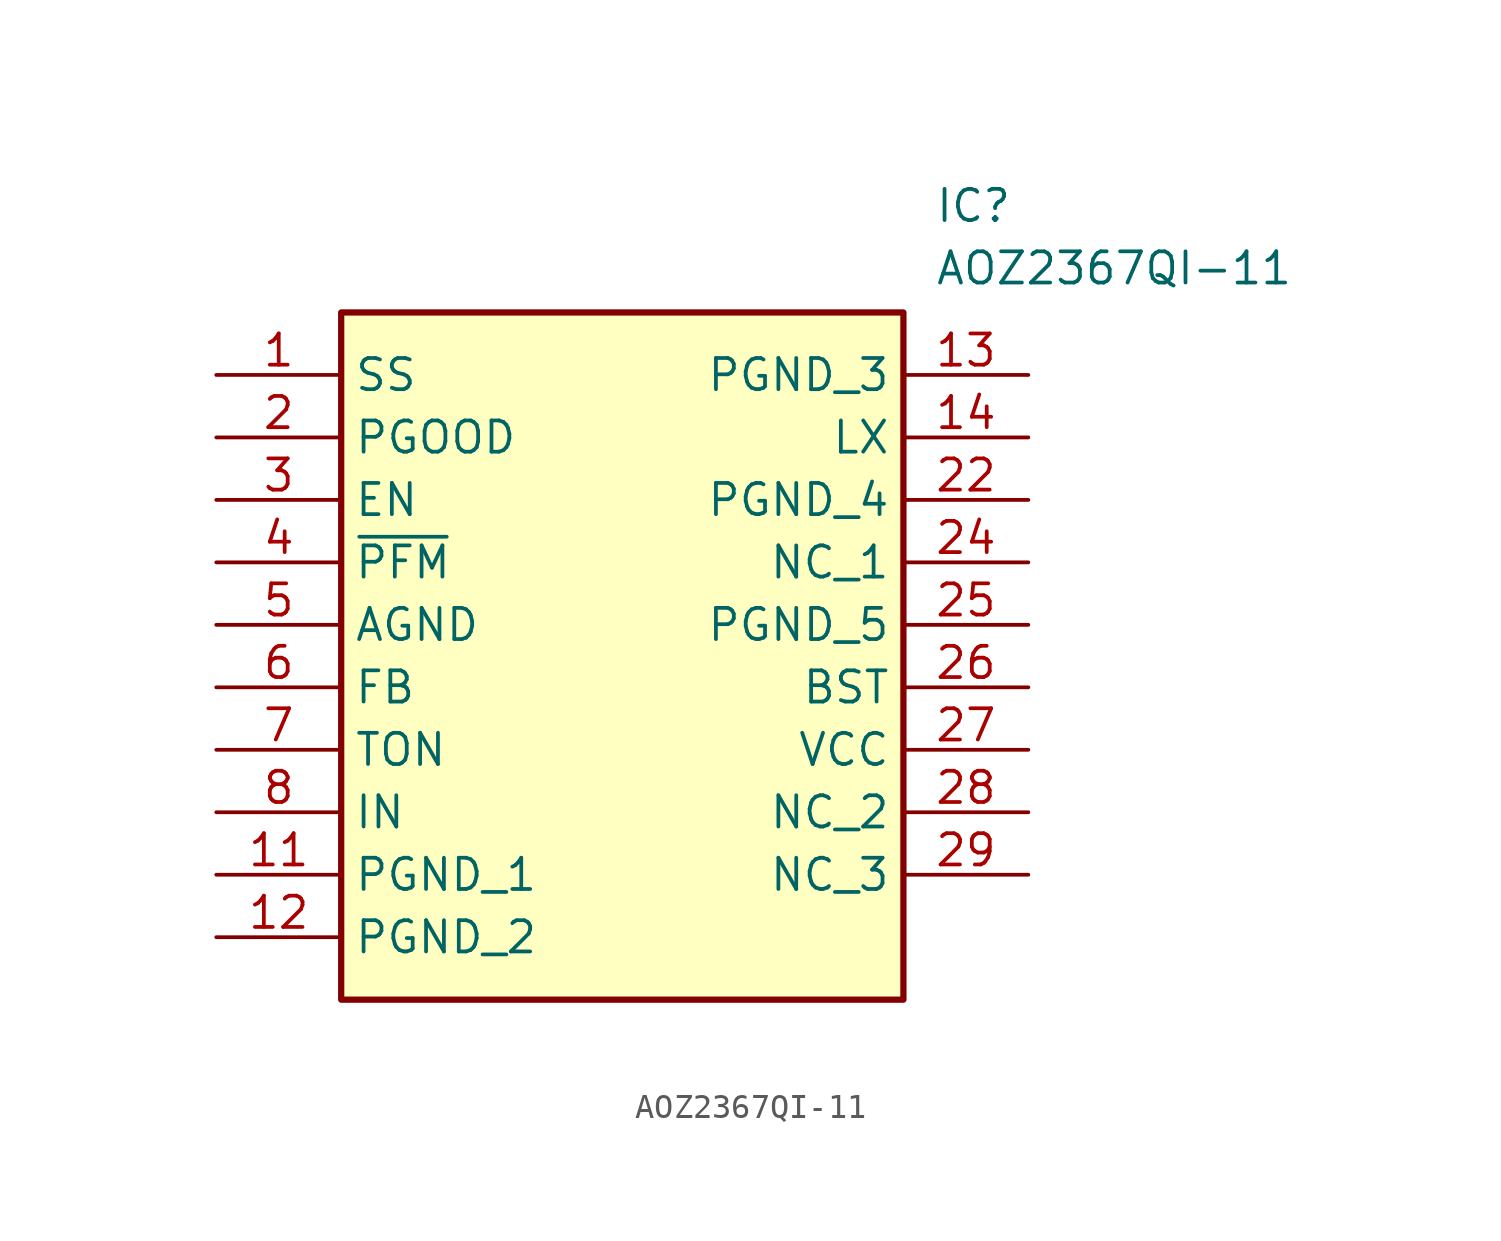
<source format=kicad_sym>
(kicad_symbol_lib
  (version 20231120)
  (generator "kicad_symbol_editor")
  (generator_version "8.0")
  (symbol "AOZ2367QI-11"
    (property "Reference" "IC"
      (at 29.21 7.62 0)
      (effects (font (size 1.27 1.27)) (justify left top)))
    (property "Value" "AOZ2367QI-11"
      (at 29.21 5.08 0)
      (effects (font (size 1.27 1.27)) (justify left top)))
    (symbol "AOZ2367QI-11_1_1"
      (rectangle (start 5.08 2.54) (end 27.94 -25.4) (stroke (width 0.254) (type default)) (fill (type background)))
      (pin passive line (at 0 0 0) (length 5.08) (name "SS" (effects (font (size 1.27 1.27)))) (number "1" (effects (font (size 1.27 1.27)))))
      (pin passive line (at 0 -20.32 0) (length 5.08) (name "PGND_1" (effects (font (size 1.27 1.27)))) (number "11" (effects (font (size 1.27 1.27)))))
      (pin passive line (at 0 -22.86 0) (length 5.08) (name "PGND_2" (effects (font (size 1.27 1.27)))) (number "12" (effects (font (size 1.27 1.27)))))
      (pin passive line (at 33.02 0 180) (length 5.08) (name "PGND_3" (effects (font (size 1.27 1.27)))) (number "13" (effects (font (size 1.27 1.27)))))
      (pin passive line (at 33.02 -2.54 180) (length 5.08) (name "LX" (effects (font (size 1.27 1.27)))) (number "14" (effects (font (size 1.27 1.27)))))
      (pin passive line (at 0 -2.54 0) (length 5.08) (name "PGOOD" (effects (font (size 1.27 1.27)))) (number "2" (effects (font (size 1.27 1.27)))))
      (pin passive line (at 33.02 -5.08 180) (length 5.08) (name "PGND_4" (effects (font (size 1.27 1.27)))) (number "22" (effects (font (size 1.27 1.27)))))
      (pin passive line (at 33.02 -7.62 180) (length 5.08) (name "NC_1" (effects (font (size 1.27 1.27)))) (number "24" (effects (font (size 1.27 1.27)))))
      (pin passive line (at 33.02 -10.16 180) (length 5.08) (name "PGND_5" (effects (font (size 1.27 1.27)))) (number "25" (effects (font (size 1.27 1.27)))))
      (pin passive line (at 33.02 -12.7 180) (length 5.08) (name "BST" (effects (font (size 1.27 1.27)))) (number "26" (effects (font (size 1.27 1.27)))))
      (pin passive line (at 33.02 -15.24 180) (length 5.08) (name "VCC" (effects (font (size 1.27 1.27)))) (number "27" (effects (font (size 1.27 1.27)))))
      (pin passive line (at 33.02 -17.78 180) (length 5.08) (name "NC_2" (effects (font (size 1.27 1.27)))) (number "28" (effects (font (size 1.27 1.27)))))
      (pin passive line (at 33.02 -20.32 180) (length 5.08) (name "NC_3" (effects (font (size 1.27 1.27)))) (number "29" (effects (font (size 1.27 1.27)))))
      (pin passive line (at 0 -5.08 0) (length 5.08) (name "EN" (effects (font (size 1.27 1.27)))) (number "3" (effects (font (size 1.27 1.27)))))
      (pin passive line (at 0 -7.62 0) (length 5.08) (name "~{PFM}" (effects (font (size 1.27 1.27)))) (number "4" (effects (font (size 1.27 1.27)))))
      (pin passive line (at 0 -10.16 0) (length 5.08) (name "AGND" (effects (font (size 1.27 1.27)))) (number "5" (effects (font (size 1.27 1.27)))))
      (pin passive line (at 0 -12.7 0) (length 5.08) (name "FB" (effects (font (size 1.27 1.27)))) (number "6" (effects (font (size 1.27 1.27)))))
      (pin passive line (at 0 -15.24 0) (length 5.08) (name "TON" (effects (font (size 1.27 1.27)))) (number "7" (effects (font (size 1.27 1.27)))))
      (pin passive line (at 0 -17.78 0) (length 5.08) (name "IN" (effects (font (size 1.27 1.27)))) (number "8" (effects (font (size 1.27 1.27))))))))
</source>
